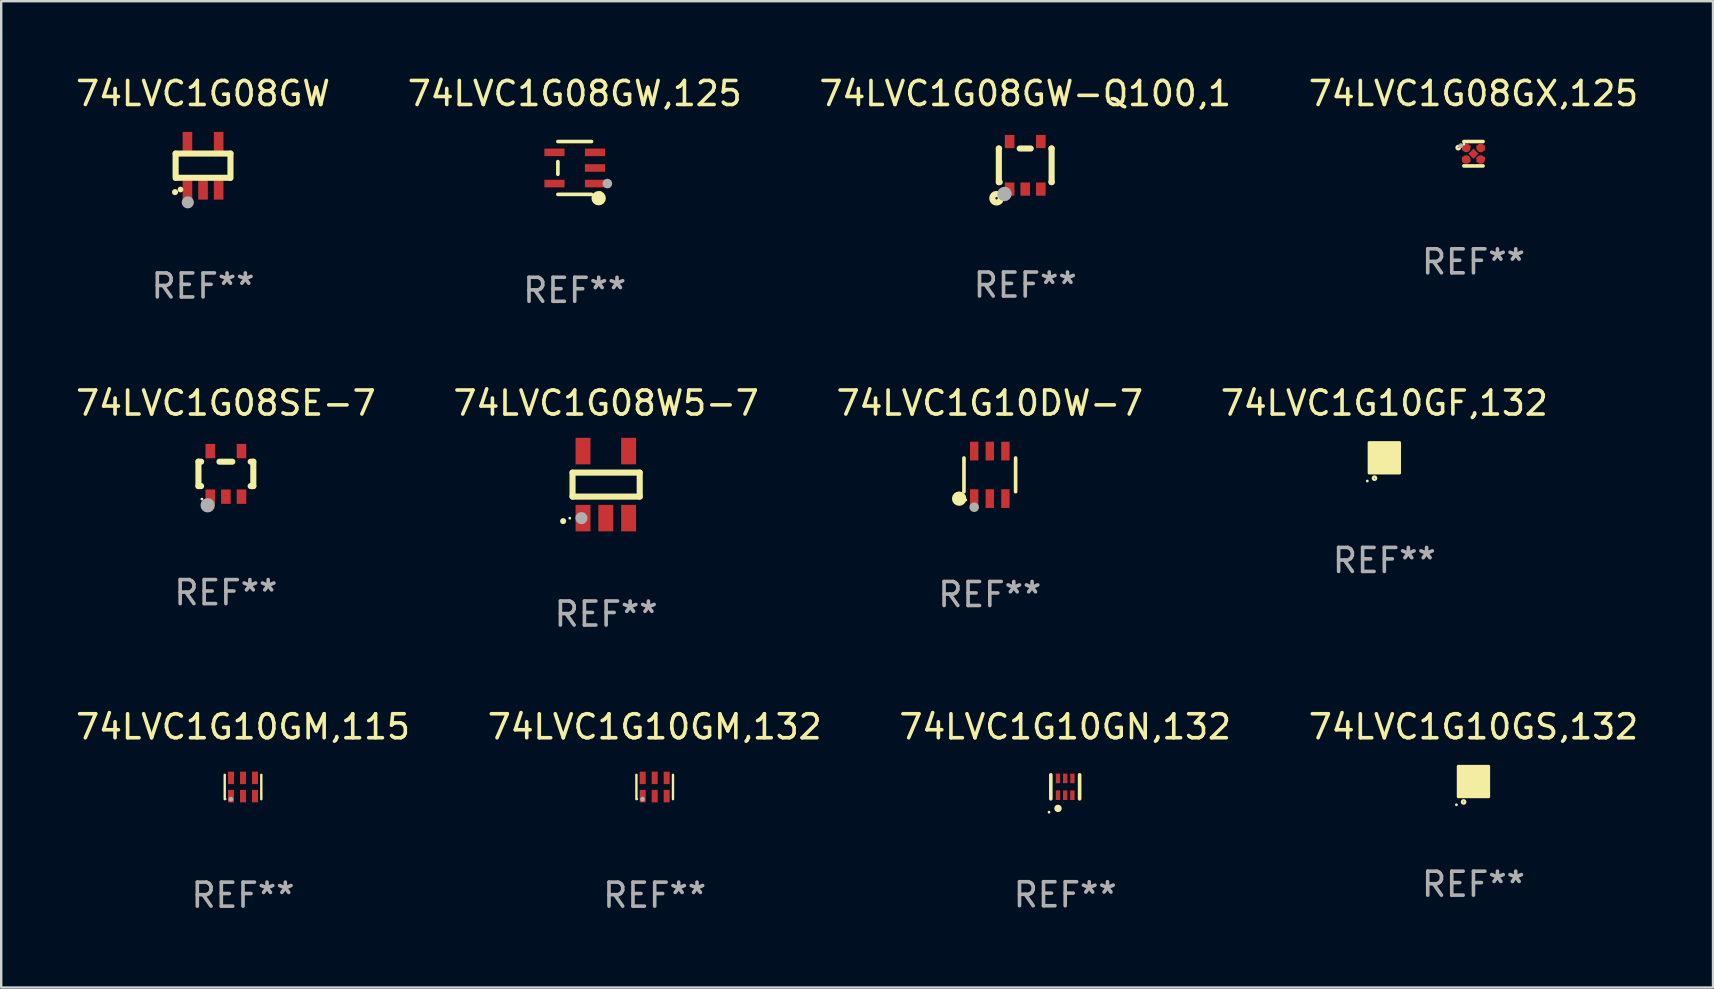
<source format=kicad_pcb>
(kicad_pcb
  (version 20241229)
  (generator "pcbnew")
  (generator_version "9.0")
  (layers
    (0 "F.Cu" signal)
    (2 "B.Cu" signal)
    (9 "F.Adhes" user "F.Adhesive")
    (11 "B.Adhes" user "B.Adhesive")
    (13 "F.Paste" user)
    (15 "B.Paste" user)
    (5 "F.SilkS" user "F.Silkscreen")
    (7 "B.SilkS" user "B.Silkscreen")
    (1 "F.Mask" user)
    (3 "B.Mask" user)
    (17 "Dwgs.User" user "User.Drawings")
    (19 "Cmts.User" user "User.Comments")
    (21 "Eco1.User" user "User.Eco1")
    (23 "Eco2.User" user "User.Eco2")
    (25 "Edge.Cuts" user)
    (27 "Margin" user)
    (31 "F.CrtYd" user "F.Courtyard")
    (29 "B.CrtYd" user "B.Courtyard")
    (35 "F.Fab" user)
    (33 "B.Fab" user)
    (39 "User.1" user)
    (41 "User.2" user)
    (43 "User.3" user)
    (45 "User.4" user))
  (footprint "74LVC1G08GX,125"
    (layer "F.Cu")
    (at 58.351 3.356)
    (property "Reference" "74LVC1G08GX,125" (at 0 -2.508 0) (layer "F.SilkS") (effects (font (size 1 1) (thickness 0.15))))
    (attr through_hole)
    (fp_line (start 0.4 -0.508) (end -0.4 -0.508) (stroke (width 0.15) (type solid)) (layer "F.SilkS"))
    (fp_line (start 0.4 0.508) (end -0.4 0.508) (stroke (width 0.15) (type solid)) (layer "F.SilkS"))
    (fp_circle (center -0.635 -0.254) (end -0.615 -0.254) (stroke (width 0.1) (type solid)) (fill no) (layer "F.SilkS"))
    (fp_circle (center -0.401 -0.4) (end -0.371 -0.4) (stroke (width 0.06) (type solid)) (fill no) (layer "F.SilkS"))
    (fp_circle (center -0.523 -0.337) (end -0.473 -0.337) (stroke (width 0.1) (type solid)) (fill no) (layer "F.Fab"))
    (fp_text user "REF**" (at 0 4.508 0) (layer "F.Fab") (effects (font (size 1 1) (thickness 0.15))))
    (pad "1" smd custom (at -0.3 -0.24) (size 0.36 0.22) (layers "F.Cu" "F.Mask" "F.Paste") (options (anchor circle)) (primitives (gr_poly (pts (xy -0.18 -0.11) (xy -0.18 0.11) (xy 0.000127 0.11) (xy 0.18 -0.03) (xy 0.18 -0.11) (xy -0.18 -0.11)) (width 0) (fill yes))))
    (pad "2" smd custom (at -0.3 0.24) (size 0.36 0.22) (layers "F.Cu" "F.Mask" "F.Paste") (options (anchor circle)) (primitives (gr_poly (pts (xy -0.18 0.11) (xy -0.18 -0.11) (xy 0.000127 -0.11) (xy 0.18 0.03) (xy 0.18 0.11) (xy -0.18 0.11)) (width 0) (fill yes))))
    (pad "3" smd rect (at 0.000102 -0.000127 45) (size 0.3 0.3) (layers "F.Cu" "F.Mask" "F.Paste"))
    (pad "4" smd custom (at 0.3 0.24 180) (size 0.36 0.22) (layers "F.Cu" "F.Mask" "F.Paste") (options (anchor circle)) (primitives (gr_poly (pts (xy 0.18 0.11) (xy 0.18 -0.11) (xy -0.000178 -0.11) (xy -0.18 0.03) (xy -0.18 0.11) (xy 0.18 0.11)) (width 0) (fill yes))))
    (pad "5" smd custom (at 0.3 -0.24) (size 0.36 0.22) (layers "F.Cu" "F.Mask" "F.Paste") (options (anchor circle)) (primitives (gr_poly (pts (xy 0.18 -0.11) (xy 0.18 0.11) (xy -0.000152 0.11) (xy -0.18 -0.03) (xy -0.18 -0.11) (xy 0.18 -0.11)) (width 0) (fill yes)))))
  (footprint "74LVC1G10GF,132"
    (layer "F.Cu")
    (at 54.637 16.027)
    (property "Reference" "74LVC1G10GF,132" (at 0 -2.28 0) (layer "F.SilkS") (effects (font (size 1 1) (thickness 0.15))))
    (attr through_hole)
    (fp_circle (center -0.71 0.968) (end -0.68 0.968) (stroke (width 0.06) (type solid)) (fill no) (layer "F.SilkS"))
    (fp_circle (center -0.41 0.85) (end -0.342 0.85) (stroke (width 0.1) (type solid)) (fill no) (layer "F.SilkS"))
    (fp_poly (pts (xy -0.635 -0.635) (xy 0.635 -0.635) (xy 0.635 0.635) (xy -0.635 0.635)) (stroke (width 0.12) (type solid)) (fill yes) (layer "F.SilkS"))
    (fp_text user "REF**" (at 0 4.28 0) (layer "F.Fab") (effects (font (size 1 1) (thickness 0.15))))
    (pad "1" smd rect (at -0.35 0.28 90) (size 0.35 0.2) (layers "F.Cu" "F.Mask" "F.Paste"))
    (pad "2" smd rect (at 0 0.28 90) (size 0.35 0.2) (layers "F.Cu" "F.Mask" "F.Paste"))
    (pad "3" smd rect (at 0.35 0.28 90) (size 0.35 0.2) (layers "F.Cu" "F.Mask" "F.Paste"))
    (pad "4" smd rect (at 0.35 -0.28 90) (size 0.35 0.2) (layers "F.Cu" "F.Mask" "F.Paste"))
    (pad "5" smd rect (at 0 -0.28 90) (size 0.35 0.2) (layers "F.Cu" "F.Mask" "F.Paste"))
    (pad "6" smd rect (at -0.35 -0.28 90) (size 0.35 0.2) (layers "F.Cu" "F.Mask" "F.Paste")))
  (footprint "74LVC1G08GW,125"
    (layer "F.Cu")
    (at 20.899 3.949)
    (property "Reference" "74LVC1G08GW,125" (at 0 -3.101 0) (layer "F.SilkS") (effects (font (size 1 1) (thickness 0.15))))
    (attr through_hole)
    (fp_line (start -0.701 -0.264) (end -0.701 0.264) (stroke (width 0.152) (type solid)) (layer "F.SilkS"))
    (fp_line (start 0.701 -1.101) (end -0.701 -1.101) (stroke (width 0.152) (type solid)) (layer "F.SilkS"))
    (fp_line (start 0.701 1.101) (end -0.701 1.101) (stroke (width 0.152) (type solid)) (layer "F.SilkS"))
    (fp_circle (center 0.997 1.26) (end 1.147 1.26) (stroke (width 0.3) (type solid)) (fill no) (layer "F.SilkS"))
    (fp_circle (center 1.063 1.025) (end 1.093 1.025) (stroke (width 0.06) (type solid)) (fill no) (layer "F.SilkS"))
    (fp_circle (center 1.362 0.65) (end 1.463 0.65) (stroke (width 0.2) (type solid)) (fill no) (layer "F.Fab"))
    (fp_text user "REF**" (at 0 5.101 0) (layer "F.Fab") (effects (font (size 1 1) (thickness 0.15))))
    (pad "1" smd rect (at 0.844 0.65) (size 0.839 0.315) (layers "F.Cu" "F.Mask" "F.Paste"))
    (pad "2" smd rect (at 0.844 0) (size 0.839 0.315) (layers "F.Cu" "F.Mask" "F.Paste"))
    (pad "3" smd rect (at 0.844 -0.65) (size 0.839 0.315) (layers "F.Cu" "F.Mask" "F.Paste"))
    (pad "4" smd rect (at -0.844 -0.65) (size 0.839 0.315) (layers "F.Cu" "F.Mask" "F.Paste"))
    (pad "5" smd rect (at -0.844 0.65) (size 0.839 0.315) (layers "F.Cu" "F.Mask" "F.Paste")))
  (footprint "74LVC1G10DW-7"
    (layer "F.Cu")
    (at 38.196 16.737)
    (property "Reference" "74LVC1G10DW-7" (at 0 -2.99 0) (layer "F.SilkS") (effects (font (size 1 1) (thickness 0.15))))
    (attr through_hole)
    (fp_line (start -1.076 0.701) (end -1.076 -0.701) (stroke (width 0.152) (type solid)) (layer "F.SilkS"))
    (fp_line (start 1.076 0.701) (end 1.076 -0.701) (stroke (width 0.152) (type solid)) (layer "F.SilkS"))
    (fp_circle (center -1.277 0.992) (end -1.127 0.992) (stroke (width 0.3) (type solid)) (fill no) (layer "F.SilkS"))
    (fp_circle (center -1 1.05) (end -0.97 1.05) (stroke (width 0.06) (type solid)) (fill no) (layer "F.SilkS"))
    (fp_circle (center -0.65 1.35) (end -0.55 1.35) (stroke (width 0.2) (type solid)) (fill no) (layer "F.Fab"))
    (fp_text user "REF**" (at 0 4.99 0) (layer "F.Fab") (effects (font (size 1 1) (thickness 0.15))))
    (pad "1" smd rect (at -0.65 0.99) (size 0.35 0.78) (layers "F.Cu" "F.Mask" "F.Paste"))
    (pad "2" smd rect (at 0 0.99) (size 0.35 0.78) (layers "F.Cu" "F.Mask" "F.Paste"))
    (pad "3" smd rect (at 0.65 0.99) (size 0.35 0.78) (layers "F.Cu" "F.Mask" "F.Paste"))
    (pad "4" smd rect (at 0.65 -0.99) (size 0.35 0.78) (layers "F.Cu" "F.Mask" "F.Paste"))
    (pad "5" smd rect (at 0 -0.99) (size 0.35 0.78) (layers "F.Cu" "F.Mask" "F.Paste"))
    (pad "6" smd rect (at -0.65 -0.99) (size 0.35 0.78) (layers "F.Cu" "F.Mask" "F.Paste")))
  (footprint "74LVC1G10GM,115"
    (layer "F.Cu")
    (at 7.077 29.746)
    (property "Reference" "74LVC1G10GM,115" (at 0 -2.508 0) (layer "F.SilkS") (effects (font (size 1 1) (thickness 0.15))))
    (attr through_hole)
    (fp_line (start -0.762 -0.508) (end -0.762 0.508) (stroke (width 0.1) (type solid)) (layer "F.SilkS"))
    (fp_line (start 0.762 -0.508) (end 0.762 0.508) (stroke (width 0.1) (type solid)) (layer "F.SilkS"))
    (fp_circle (center -0.725 0.5) (end -0.705 0.5) (stroke (width 0.04) (type solid)) (fill no) (layer "F.SilkS"))
    (fp_circle (center -0.508 0.508) (end -0.458 0.508) (stroke (width 0.1) (type solid)) (fill no) (layer "F.Fab"))
    (fp_text user "REF**" (at 0 4.508 0) (layer "F.Fab") (effects (font (size 1 1) (thickness 0.15))))
    (pad "1" smd rect (at -0.5 0.38) (size 0.25 0.52) (layers "F.Cu" "F.Mask" "F.Paste"))
    (pad "2" smd rect (at -0.000127 0.38) (size 0.25 0.52) (layers "F.Cu" "F.Mask" "F.Paste"))
    (pad "3" smd rect (at 0.5 0.38) (size 0.25 0.52) (layers "F.Cu" "F.Mask" "F.Paste"))
    (pad "4" smd rect (at 0.5 -0.38 180) (size 0.25 0.52) (layers "F.Cu" "F.Mask" "F.Paste"))
    (pad "5" smd rect (at -0.000127 -0.38 180) (size 0.25 0.52) (layers "F.Cu" "F.Mask" "F.Paste"))
    (pad "6" smd rect (at -0.5 -0.38 180) (size 0.25 0.52) (layers "F.Cu" "F.Mask" "F.Paste")))
  (footprint "74LVC1G10GM,132"
    (layer "F.Cu")
    (at 24.232 29.746)
    (property "Reference" "74LVC1G10GM,132" (at 0 -2.508 0) (layer "F.SilkS") (effects (font (size 1 1) (thickness 0.15))))
    (attr through_hole)
    (fp_line (start -0.762 -0.508) (end -0.762 0.508) (stroke (width 0.1) (type solid)) (layer "F.SilkS"))
    (fp_line (start 0.762 -0.508) (end 0.762 0.508) (stroke (width 0.1) (type solid)) (layer "F.SilkS"))
    (fp_circle (center -0.725 0.5) (end -0.705 0.5) (stroke (width 0.04) (type solid)) (fill no) (layer "F.SilkS"))
    (fp_circle (center -0.508 0.508) (end -0.458 0.508) (stroke (width 0.1) (type solid)) (fill no) (layer "F.Fab"))
    (fp_text user "REF**" (at 0 4.508 0) (layer "F.Fab") (effects (font (size 1 1) (thickness 0.15))))
    (pad "1" smd rect (at -0.5 0.38) (size 0.25 0.52) (layers "F.Cu" "F.Mask" "F.Paste"))
    (pad "2" smd rect (at -0.000127 0.38) (size 0.25 0.52) (layers "F.Cu" "F.Mask" "F.Paste"))
    (pad "3" smd rect (at 0.5 0.38) (size 0.25 0.52) (layers "F.Cu" "F.Mask" "F.Paste"))
    (pad "4" smd rect (at 0.5 -0.38 180) (size 0.25 0.52) (layers "F.Cu" "F.Mask" "F.Paste"))
    (pad "5" smd rect (at -0.000127 -0.38 180) (size 0.25 0.52) (layers "F.Cu" "F.Mask" "F.Paste"))
    (pad "6" smd rect (at -0.5 -0.38 180) (size 0.25 0.52) (layers "F.Cu" "F.Mask" "F.Paste")))
  (footprint "74LVC1G08GW-Q100,1"
    (layer "F.Cu")
    (at 39.673 3.839)
    (property "Reference" "74LVC1G08GW-Q100,1" (at 0 -2.991 0) (layer "F.SilkS") (effects (font (size 1 1) (thickness 0.15))))
    (attr through_hole)
    (fp_line (start -1.1 -0.7) (end -1.1 0.7) (stroke (width 0.254) (type solid)) (layer "F.SilkS"))
    (fp_line (start -1.1 -0.7) (end -1.09 -0.7) (stroke (width 0.254) (type solid)) (layer "F.SilkS"))
    (fp_line (start -1.1 0.7) (end -1.065 0.7) (stroke (width 0.254) (type solid)) (layer "F.SilkS"))
    (fp_line (start -0.23 -0.7) (end 0.23 -0.7) (stroke (width 0.254) (type solid)) (layer "F.SilkS"))
    (fp_line (start 1.09 -0.7) (end 1.1 -0.7) (stroke (width 0.254) (type solid)) (layer "F.SilkS"))
    (fp_line (start 1.09 0.7) (end 1.1 0.7) (stroke (width 0.254) (type solid)) (layer "F.SilkS"))
    (fp_line (start 1.1 -0.7) (end 1.1 0.7) (stroke (width 0.254) (type solid)) (layer "F.SilkS"))
    (fp_circle (center -1.194 1.372) (end -1.143 1.372) (stroke (width 0.254) (type solid)) (fill no) (layer "F.SilkS"))
    (fp_circle (center -1.05 1.063) (end -1.02 1.063) (stroke (width 0.06) (type solid)) (fill no) (layer "F.SilkS"))
    (fp_circle (center -0.864 1.194) (end -0.713 1.194) (stroke (width 0.3) (type solid)) (fill no) (layer "F.Fab"))
    (fp_text user "REF**" (at 0 4.991 0) (layer "F.Fab") (effects (font (size 1 1) (thickness 0.15))))
    (pad "1" smd rect (at -0.65 0.991 180) (size 0.399 0.551) (layers "F.Cu" "F.Mask" "F.Paste"))
    (pad "2" smd rect (at 0 0.991 180) (size 0.399 0.551) (layers "F.Cu" "F.Mask" "F.Paste"))
    (pad "3" smd rect (at 0.65 0.991 180) (size 0.399 0.551) (layers "F.Cu" "F.Mask" "F.Paste"))
    (pad "4" smd rect (at 0.65 -0.991 180) (size 0.399 0.551) (layers "F.Cu" "F.Mask" "F.Paste"))
    (pad "5" smd rect (at -0.65 -0.991 180) (size 0.399 0.551) (layers "F.Cu" "F.Mask" "F.Paste")))
  (footprint "74LVC1G08GW"
    (layer "F.Cu")
    (at 5.411 3.858)
    (property "Reference" "74LVC1G08GW" (at 0 -3.01 0) (layer "F.SilkS") (effects (font (size 1 1) (thickness 0.15))))
    (attr through_hole)
    (fp_line (start -1.143 -0.508) (end -1.143 0.508) (stroke (width 0.254) (type solid)) (layer "F.SilkS"))
    (fp_line (start -1.1 0.5) (end 1.1 0.5) (stroke (width 0.254) (type solid)) (layer "F.SilkS"))
    (fp_line (start 1.143 -0.508) (end -1.143 -0.508) (stroke (width 0.254) (type solid)) (layer "F.SilkS"))
    (fp_line (start 1.143 0.508) (end 1.143 -0.508) (stroke (width 0.254) (type solid)) (layer "F.SilkS"))
    (fp_arc (start -1.167717 1.098095) (mid -1.166447 1.098088) (end -1.165177 1.098095) (stroke (width 0.24892) (type solid)) (layer "F.SilkS"))
    (fp_circle (center -0.94 0.99) (end -0.88 0.99) (stroke (width 0.12) (type solid)) (fill no) (layer "F.SilkS"))
    (fp_circle (center -0.635 1.524) (end -0.508 1.524) (stroke (width 0.254) (type solid)) (fill no) (layer "F.Fab"))
    (fp_text user "REF**" (at 0 5.01 0) (layer "F.Fab") (effects (font (size 1 1) (thickness 0.15))))
    (pad "1" smd rect (at -0.65 1.01 180) (size 0.4 0.8) (layers "F.Cu" "F.Mask" "F.Paste"))
    (pad "2" smd rect (at 0 1.01 180) (size 0.4 0.8) (layers "F.Cu" "F.Mask" "F.Paste"))
    (pad "3" smd rect (at 0.65 1.01 180) (size 0.4 0.8) (layers "F.Cu" "F.Mask" "F.Paste"))
    (pad "4" smd rect (at 0.65 -1.01 180) (size 0.4 0.8) (layers "F.Cu" "F.Mask" "F.Paste"))
    (pad "5" smd rect (at -0.65 -1.01 180) (size 0.4 0.8) (layers "F.Cu" "F.Mask" "F.Paste")))
  (footprint "74LVC1G08W5-7"
    (layer "F.Cu")
    (at 22.208 17.144)
    (property "Reference" "74LVC1G08W5-7" (at 0 -3.397 0) (layer "F.SilkS") (effects (font (size 1 1) (thickness 0.15))))
    (attr through_hole)
    (fp_line (start -1.4 -0.5) (end 1.4 -0.5) (stroke (width 0.254) (type solid)) (layer "F.SilkS"))
    (fp_line (start -1.4 0.5) (end -1.4 -0.5) (stroke (width 0.254) (type solid)) (layer "F.SilkS"))
    (fp_line (start 1.4 -0.5) (end 1.4 0.5) (stroke (width 0.254) (type solid)) (layer "F.SilkS"))
    (fp_line (start 1.4 0.5) (end -1.4 0.5) (stroke (width 0.254) (type solid)) (layer "F.SilkS"))
    (fp_arc (start -1.791948 1.521463) (mid -1.790678 1.521457) (end -1.789408 1.521463) (stroke (width 0.24892) (type solid)) (layer "F.SilkS"))
    (fp_circle (center -1.513 1.4) (end -1.483 1.4) (stroke (width 0.06) (type solid)) (fill no) (layer "F.SilkS"))
    (fp_circle (center -1.029 1.397) (end -0.902 1.397) (stroke (width 0.254) (type solid)) (fill no) (layer "F.Fab"))
    (fp_text user "REF**" (at 0 5.397 0) (layer "F.Fab") (effects (font (size 1 1) (thickness 0.15))))
    (pad "1" smd rect (at -0.963 1.397) (size 0.622 1.105) (layers "F.Cu" "F.Mask" "F.Paste"))
    (pad "2" smd rect (at -0.013 1.397) (size 0.622 1.105) (layers "F.Cu" "F.Mask" "F.Paste"))
    (pad "3" smd rect (at 0.937 1.397) (size 0.622 1.105) (layers "F.Cu" "F.Mask" "F.Paste"))
    (pad "4" smd rect (at 0.937 -1.397) (size 0.622 1.105) (layers "F.Cu" "F.Mask" "F.Paste"))
    (pad "5" smd rect (at -0.963 -1.397) (size 0.622 1.105) (layers "F.Cu" "F.Mask" "F.Paste")))
  (footprint "74LVC1G08SE-7"
    (layer "F.Cu")
    (at 6.363 16.697)
    (property "Reference" "74LVC1G08SE-7" (at 0 -2.95 0) (layer "F.SilkS") (effects (font (size 1 1) (thickness 0.15))))
    (attr through_hole)
    (fp_line (start -1.143 -0.508) (end -1.032 -0.508) (stroke (width 0.254) (type solid)) (layer "F.SilkS"))
    (fp_line (start -1.143 0.508) (end -1.143 -0.508) (stroke (width 0.254) (type solid)) (layer "F.SilkS"))
    (fp_line (start -1.032 0.508) (end -1.143 0.508) (stroke (width 0.254) (type solid)) (layer "F.SilkS"))
    (fp_line (start -0.268 -0.508) (end 0.268 -0.508) (stroke (width 0.254) (type solid)) (layer "F.SilkS"))
    (fp_line (start 1.032 -0.508) (end 1.143 -0.508) (stroke (width 0.254) (type solid)) (layer "F.SilkS"))
    (fp_line (start 1.143 -0.508) (end 1.143 0.508) (stroke (width 0.254) (type solid)) (layer "F.SilkS"))
    (fp_line (start 1.143 0.508) (end 1.032 0.508) (stroke (width 0.254) (type solid)) (layer "F.SilkS"))
    (fp_circle (center -1 1.05) (end -0.97 1.05) (stroke (width 0.06) (type solid)) (fill no) (layer "F.SilkS"))
    (fp_circle (center -0.759 1.309) (end -0.609 1.309) (stroke (width 0.3) (type solid)) (fill no) (layer "F.Fab"))
    (fp_text user "REF**" (at 0 4.95 0) (layer "F.Fab") (effects (font (size 1 1) (thickness 0.15))))
    (pad "1" smd rect (at -0.65 0.95 180) (size 0.4 0.6) (layers "F.Cu" "F.Mask" "F.Paste"))
    (pad "2" smd rect (at 0 0.95 180) (size 0.4 0.6) (layers "F.Cu" "F.Mask" "F.Paste"))
    (pad "3" smd rect (at 0.65 0.95 180) (size 0.4 0.6) (layers "F.Cu" "F.Mask" "F.Paste"))
    (pad "4" smd rect (at 0.65 -0.95 180) (size 0.4 0.6) (layers "F.Cu" "F.Mask" "F.Paste"))
    (pad "5" smd rect (at -0.65 -0.95 180) (size 0.4 0.6) (layers "F.Cu" "F.Mask" "F.Paste")))
  (footprint "74LVC1G10GS,132"
    (layer "F.Cu")
    (at 58.351 29.518)
    (property "Reference" "74LVC1G10GS,132" (at 0 -2.28 0) (layer "F.SilkS") (effects (font (size 1 1) (thickness 0.15))))
    (attr through_hole)
    (fp_circle (center -0.71 0.968) (end -0.68 0.968) (stroke (width 0.06) (type solid)) (fill no) (layer "F.SilkS"))
    (fp_circle (center -0.41 0.85) (end -0.342 0.85) (stroke (width 0.1) (type solid)) (fill no) (layer "F.SilkS"))
    (fp_poly (pts (xy -0.635 -0.635) (xy 0.635 -0.635) (xy 0.635 0.635) (xy -0.635 0.635)) (stroke (width 0.12) (type solid)) (fill yes) (layer "F.SilkS"))
    (fp_text user "REF**" (at 0 4.28 0) (layer "F.Fab") (effects (font (size 1 1) (thickness 0.15))))
    (pad "1" smd rect (at -0.35 0.28 90) (size 0.35 0.2) (layers "F.Cu" "F.Mask" "F.Paste"))
    (pad "2" smd rect (at 0 0.28 90) (size 0.35 0.2) (layers "F.Cu" "F.Mask" "F.Paste"))
    (pad "3" smd rect (at 0.35 0.28 90) (size 0.35 0.2) (layers "F.Cu" "F.Mask" "F.Paste"))
    (pad "4" smd rect (at 0.35 -0.28 90) (size 0.35 0.2) (layers "F.Cu" "F.Mask" "F.Paste"))
    (pad "5" smd rect (at 0 -0.28 90) (size 0.35 0.2) (layers "F.Cu" "F.Mask" "F.Paste"))
    (pad "6" smd rect (at -0.35 -0.28 90) (size 0.35 0.2) (layers "F.Cu" "F.Mask" "F.Paste")))
  (footprint "74LVC1G10GN,132"
    (layer "F.Cu")
    (at 41.339 29.738)
    (property "Reference" "74LVC1G10GN,132" (at 0 -2.5 0) (layer "F.SilkS") (effects (font (size 1 1) (thickness 0.15))))
    (attr through_hole)
    (fp_line (start -0.6 -0.5) (end -0.6 0.5) (stroke (width 0.15) (type solid)) (layer "F.SilkS"))
    (fp_line (start 0.6 0.5) (end 0.6 -0.5) (stroke (width 0.15) (type solid)) (layer "F.SilkS"))
    (fp_circle (center -0.675 1.055) (end -0.645 1.055) (stroke (width 0.06) (type solid)) (fill no) (layer "F.SilkS"))
    (fp_circle (center -0.3 0.9) (end -0.22 0.9) (stroke (width 0.15) (type solid)) (fill no) (layer "F.SilkS"))
    (fp_text user "REF**" (at 0 4.5 0) (layer "F.Fab") (effects (font (size 1 1) (thickness 0.15))))
    (pad "1" smd rect (at -0.3 0.35) (size 0.18 0.4) (layers "F.Cu" "F.Mask" "F.Paste"))
    (pad "2" smd rect (at 0.000025 0.35) (size 0.18 0.4) (layers "F.Cu" "F.Mask" "F.Paste"))
    (pad "3" smd rect (at 0.3 0.35) (size 0.18 0.4) (layers "F.Cu" "F.Mask" "F.Paste"))
    (pad "4" smd rect (at 0.3 -0.35) (size 0.18 0.4) (layers "F.Cu" "F.Mask" "F.Paste"))
    (pad "5" smd rect (at 0.000025 -0.35) (size 0.18 0.4) (layers "F.Cu" "F.Mask" "F.Paste"))
    (pad "6" smd rect (at -0.3 -0.35) (size 0.18 0.4) (layers "F.Cu" "F.Mask" "F.Paste")))
  (gr_rect
    (start -3 -3)
    (end 68.333 38.102)
    (stroke (width 0.1) (type default))
    (fill no)
    (layer "Edge.Cuts")))
</source>
